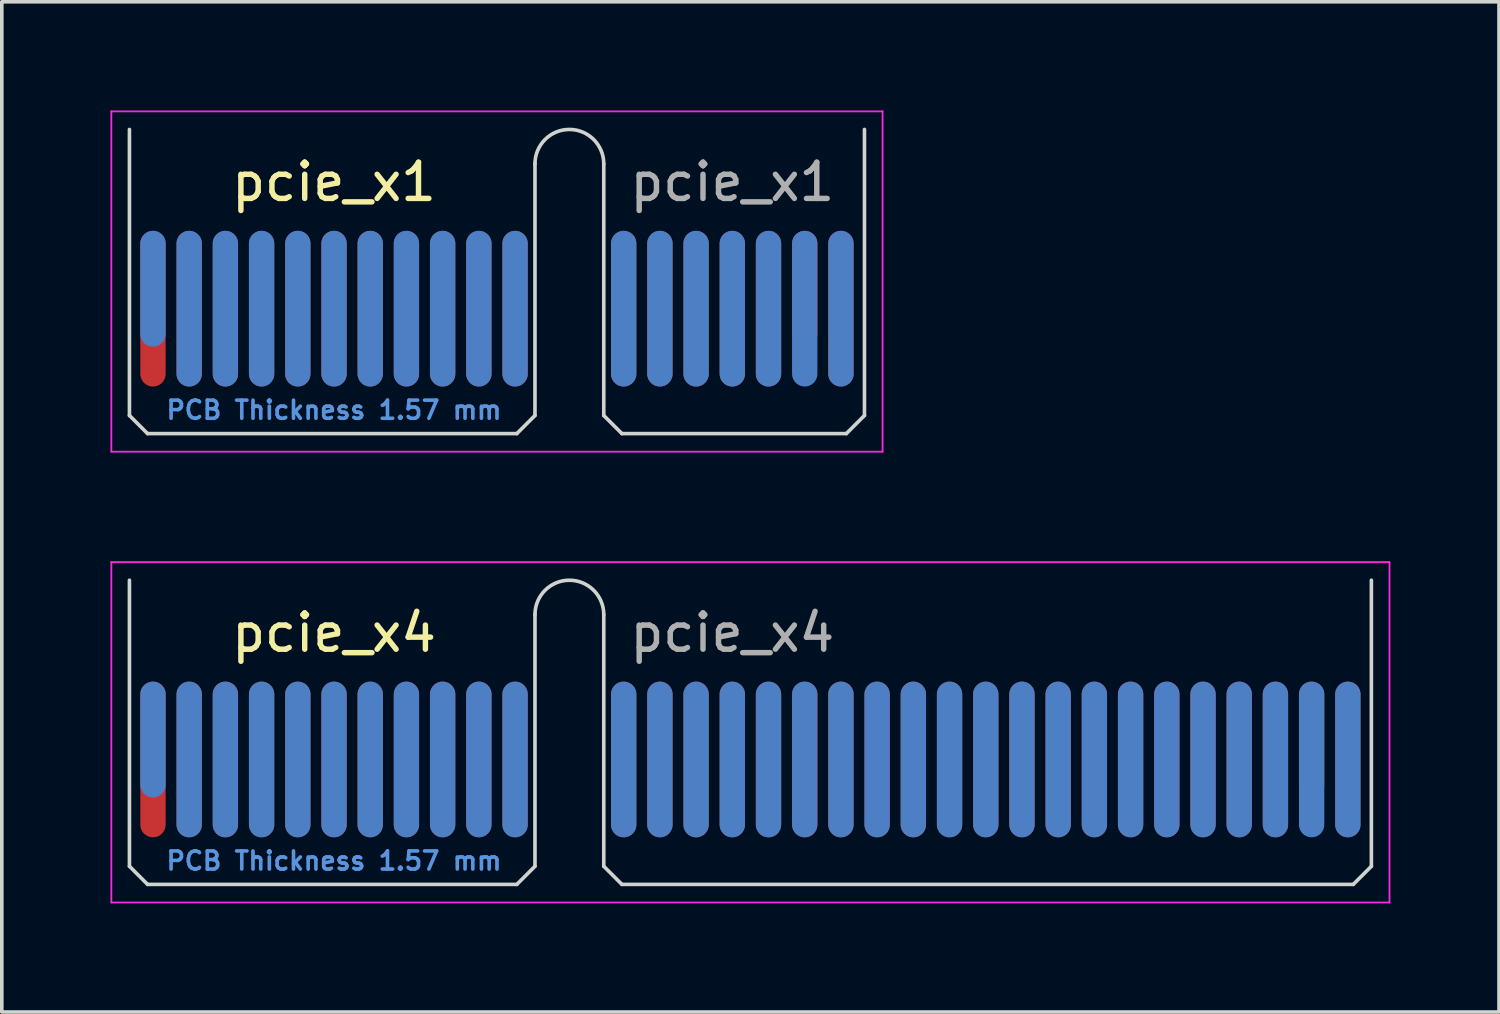
<source format=kicad_pcb>
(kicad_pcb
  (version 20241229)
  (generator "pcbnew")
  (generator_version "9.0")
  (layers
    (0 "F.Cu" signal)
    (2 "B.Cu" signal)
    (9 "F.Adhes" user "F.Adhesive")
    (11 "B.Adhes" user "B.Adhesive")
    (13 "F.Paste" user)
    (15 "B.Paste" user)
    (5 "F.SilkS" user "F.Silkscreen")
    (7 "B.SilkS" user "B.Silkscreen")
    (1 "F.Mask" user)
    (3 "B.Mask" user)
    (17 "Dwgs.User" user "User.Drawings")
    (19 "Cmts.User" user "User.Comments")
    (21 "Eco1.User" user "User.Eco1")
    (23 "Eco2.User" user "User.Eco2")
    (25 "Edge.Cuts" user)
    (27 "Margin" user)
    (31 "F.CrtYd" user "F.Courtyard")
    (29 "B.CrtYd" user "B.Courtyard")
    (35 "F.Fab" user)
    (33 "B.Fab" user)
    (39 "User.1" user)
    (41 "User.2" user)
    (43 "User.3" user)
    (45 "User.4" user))
  (footprint "pcie_x1"
    (layer "F.Cu")
    (at 1.175 5.475)
    (property "Reference" "pcie_x1" (at 5 -3.5 0) (layer "F.SilkS") (effects (font (size 1 1) (thickness 0.15))))
    (attr exclude_from_pos_files exclude_from_bom)
    (fp_line (start -0.65 -4.95) (end -0.65 2.95) (stroke (width 0.1) (type solid)) (layer "Edge.Cuts"))
    (fp_line (start -0.65 2.95) (end -0.15 3.45) (stroke (width 0.1) (type solid)) (layer "Edge.Cuts"))
    (fp_line (start -0.15 3.45) (end 10.05 3.45) (stroke (width 0.1) (type solid)) (layer "Edge.Cuts"))
    (fp_line (start 10.55 -4) (end 10.55 2.95) (stroke (width 0.1) (type solid)) (layer "Edge.Cuts"))
    (fp_line (start 10.55 2.95) (end 10.05 3.45) (stroke (width 0.1) (type solid)) (layer "Edge.Cuts"))
    (fp_line (start 12.45 -4) (end 12.45 2.95) (stroke (width 0.1) (type solid)) (layer "Edge.Cuts"))
    (fp_line (start 12.45 2.95) (end 12.95 3.45) (stroke (width 0.1) (type solid)) (layer "Edge.Cuts"))
    (fp_line (start 12.95 3.45) (end 19.15 3.45) (stroke (width 0.1) (type solid)) (layer "Edge.Cuts"))
    (fp_line (start 19.65 -4.95) (end 19.65 2.95) (stroke (width 0.1) (type solid)) (layer "Edge.Cuts"))
    (fp_line (start 19.65 2.95) (end 19.15 3.45) (stroke (width 0.1) (type solid)) (layer "Edge.Cuts"))
    (fp_arc (start 10.55 -4) (mid 11.5 -4.95) (end 12.45 -4) (stroke (width 0.1) (type solid)) (layer "Edge.Cuts"))
    (fp_line (start -1.15 -5.45) (end -1.15 3.95) (stroke (width 0.05) (type solid)) (layer "F.CrtYd"))
    (fp_line (start -1.15 -5.45) (end 20.15 -5.45) (stroke (width 0.05) (type solid)) (layer "F.CrtYd"))
    (fp_line (start 20.15 3.95) (end -1.15 3.95) (stroke (width 0.05) (type solid)) (layer "F.CrtYd"))
    (fp_line (start 20.15 3.95) (end 20.15 -5.45) (stroke (width 0.05) (type solid)) (layer "F.CrtYd"))
    (fp_text user "PCB Thickness 1.57 mm" (at 5 2.8 180) (layer "Cmts.User") (effects (font (size 0.5 0.5) (thickness 0.1))))
    (fp_text user "${REFERENCE}" (at 16 -3.5 0) (layer "F.Fab") (effects (font (size 1 1) (thickness 0.15))))
    (pad "A1" connect oval (at 0 -0.55) (size 0.7 3.2) (layers "B.Cu" "B.Mask"))
    (pad "A2" connect oval (at 1 0) (size 0.7 4.3) (layers "B.Cu" "B.Mask"))
    (pad "A3" connect oval (at 2 0) (size 0.7 4.3) (layers "B.Cu" "B.Mask"))
    (pad "A4" connect oval (at 3 0) (size 0.7 4.3) (layers "B.Cu" "B.Mask"))
    (pad "A5" connect oval (at 4 0) (size 0.7 4.3) (layers "B.Cu" "B.Mask"))
    (pad "A6" connect oval (at 5 0) (size 0.7 4.3) (layers "B.Cu" "B.Mask"))
    (pad "A7" connect oval (at 6 0) (size 0.7 4.3) (layers "B.Cu" "B.Mask"))
    (pad "A8" connect oval (at 7 0) (size 0.7 4.3) (layers "B.Cu" "B.Mask"))
    (pad "A9" connect oval (at 8 0) (size 0.7 4.3) (layers "B.Cu" "B.Mask"))
    (pad "A10" connect oval (at 9 0) (size 0.7 4.3) (layers "B.Cu" "B.Mask"))
    (pad "A11" connect oval (at 10 0) (size 0.7 4.3) (layers "B.Cu" "B.Mask"))
    (pad "A12" connect oval (at 13 0) (size 0.7 4.3) (layers "B.Cu" "B.Mask"))
    (pad "A13" connect oval (at 14 0) (size 0.7 4.3) (layers "B.Cu" "B.Mask"))
    (pad "A14" connect oval (at 15 0) (size 0.7 4.3) (layers "B.Cu" "B.Mask"))
    (pad "A15" connect oval (at 16 0) (size 0.7 4.3) (layers "B.Cu" "B.Mask"))
    (pad "A16" connect oval (at 17 0) (size 0.7 4.3) (layers "B.Cu" "B.Mask"))
    (pad "A17" connect oval (at 18 0) (size 0.7 4.3) (layers "B.Cu" "B.Mask"))
    (pad "A18" connect oval (at 19 0) (size 0.7 4.3) (layers "B.Cu" "B.Mask"))
    (pad "B1" connect oval (at 0 0) (size 0.7 4.3) (layers "F.Cu" "F.Mask"))
    (pad "B2" connect oval (at 1 0) (size 0.7 4.3) (layers "F.Cu" "F.Mask"))
    (pad "B3" connect oval (at 2 0) (size 0.7 4.3) (layers "F.Cu" "F.Mask"))
    (pad "B4" connect oval (at 3 0) (size 0.7 4.3) (layers "F.Cu" "F.Mask"))
    (pad "B5" connect oval (at 4 0) (size 0.7 4.3) (layers "F.Cu" "F.Mask"))
    (pad "B6" connect oval (at 5 0) (size 0.7 4.3) (layers "F.Cu" "F.Mask"))
    (pad "B7" connect oval (at 6 0) (size 0.7 4.3) (layers "F.Cu" "F.Mask"))
    (pad "B8" connect oval (at 7 0) (size 0.7 4.3) (layers "F.Cu" "F.Mask"))
    (pad "B9" connect oval (at 8 0) (size 0.7 4.3) (layers "F.Cu" "F.Mask"))
    (pad "B10" connect oval (at 9 0) (size 0.7 4.3) (layers "F.Cu" "F.Mask"))
    (pad "B11" connect oval (at 10 0) (size 0.7 4.3) (layers "F.Cu" "F.Mask"))
    (pad "B12" connect oval (at 13 0) (size 0.7 4.3) (layers "F.Cu" "F.Mask"))
    (pad "B13" connect oval (at 14 0) (size 0.7 4.3) (layers "F.Cu" "F.Mask"))
    (pad "B14" connect oval (at 15 0) (size 0.7 4.3) (layers "F.Cu" "F.Mask"))
    (pad "B15" connect oval (at 16 0) (size 0.7 4.3) (layers "F.Cu" "F.Mask"))
    (pad "B16" connect oval (at 17 0) (size 0.7 4.3) (layers "F.Cu" "F.Mask"))
    (pad "B17" connect oval (at 18 -0.55) (size 0.7 3.2) (layers "F.Cu" "F.Mask"))
    (pad "B18" connect oval (at 19 0) (size 0.7 4.3) (layers "F.Cu" "F.Mask")))
  (footprint "pcie_x4"
    (layer "F.Cu")
    (at 1.175 17.925)
    (property "Reference" "pcie_x4" (at 5 -3.5 0) (layer "F.SilkS") (effects (font (size 1 1) (thickness 0.15))))
    (attr exclude_from_pos_files exclude_from_bom)
    (fp_line (start -0.65 -4.95) (end -0.65 2.95) (stroke (width 0.1) (type solid)) (layer "Edge.Cuts"))
    (fp_line (start -0.65 2.95) (end -0.15 3.45) (stroke (width 0.1) (type solid)) (layer "Edge.Cuts"))
    (fp_line (start -0.15 3.45) (end 10.05 3.45) (stroke (width 0.1) (type solid)) (layer "Edge.Cuts"))
    (fp_line (start 10.55 -4) (end 10.55 2.95) (stroke (width 0.1) (type solid)) (layer "Edge.Cuts"))
    (fp_line (start 10.55 2.95) (end 10.05 3.45) (stroke (width 0.1) (type solid)) (layer "Edge.Cuts"))
    (fp_line (start 12.45 -4) (end 12.45 2.95) (stroke (width 0.1) (type solid)) (layer "Edge.Cuts"))
    (fp_line (start 12.45 2.95) (end 12.95 3.45) (stroke (width 0.1) (type solid)) (layer "Edge.Cuts"))
    (fp_line (start 12.95 3.45) (end 33.15 3.45) (stroke (width 0.1) (type solid)) (layer "Edge.Cuts"))
    (fp_line (start 33.65 -4.95) (end 33.65 2.95) (stroke (width 0.1) (type solid)) (layer "Edge.Cuts"))
    (fp_line (start 33.65 2.95) (end 33.15 3.45) (stroke (width 0.1) (type solid)) (layer "Edge.Cuts"))
    (fp_arc (start 10.55 -4) (mid 11.5 -4.95) (end 12.45 -4) (stroke (width 0.1) (type solid)) (layer "Edge.Cuts"))
    (fp_line (start -1.15 -5.45) (end -1.15 3.95) (stroke (width 0.05) (type solid)) (layer "F.CrtYd"))
    (fp_line (start -1.15 -5.45) (end 34.15 -5.45) (stroke (width 0.05) (type solid)) (layer "F.CrtYd"))
    (fp_line (start 34.15 3.95) (end -1.15 3.95) (stroke (width 0.05) (type solid)) (layer "F.CrtYd"))
    (fp_line (start 34.15 3.95) (end 34.15 -5.45) (stroke (width 0.05) (type solid)) (layer "F.CrtYd"))
    (fp_text user "PCB Thickness 1.57 mm" (at 5 2.8 180) (layer "Cmts.User") (effects (font (size 0.5 0.5) (thickness 0.1))))
    (fp_text user "${REFERENCE}" (at 16 -3.5 0) (layer "F.Fab") (effects (font (size 1 1) (thickness 0.15))))
    (pad "A1" connect oval (at 0 -0.55) (size 0.7 3.2) (layers "B.Cu" "B.Mask"))
    (pad "A2" connect oval (at 1 0) (size 0.7 4.3) (layers "B.Cu" "B.Mask"))
    (pad "A3" connect oval (at 2 0) (size 0.7 4.3) (layers "B.Cu" "B.Mask"))
    (pad "A4" connect oval (at 3 0) (size 0.7 4.3) (layers "B.Cu" "B.Mask"))
    (pad "A5" connect oval (at 4 0) (size 0.7 4.3) (layers "B.Cu" "B.Mask"))
    (pad "A6" connect oval (at 5 0) (size 0.7 4.3) (layers "B.Cu" "B.Mask"))
    (pad "A7" connect oval (at 6 0) (size 0.7 4.3) (layers "B.Cu" "B.Mask"))
    (pad "A8" connect oval (at 7 0) (size 0.7 4.3) (layers "B.Cu" "B.Mask"))
    (pad "A9" connect oval (at 8 0) (size 0.7 4.3) (layers "B.Cu" "B.Mask"))
    (pad "A10" connect oval (at 9 0) (size 0.7 4.3) (layers "B.Cu" "B.Mask"))
    (pad "A11" connect oval (at 10 0) (size 0.7 4.3) (layers "B.Cu" "B.Mask"))
    (pad "A12" connect oval (at 13 0) (size 0.7 4.3) (layers "B.Cu" "B.Mask"))
    (pad "A13" connect oval (at 14 0) (size 0.7 4.3) (layers "B.Cu" "B.Mask"))
    (pad "A14" connect oval (at 15 0) (size 0.7 4.3) (layers "B.Cu" "B.Mask"))
    (pad "A15" connect oval (at 16 0) (size 0.7 4.3) (layers "B.Cu" "B.Mask"))
    (pad "A16" connect oval (at 17 0) (size 0.7 4.3) (layers "B.Cu" "B.Mask"))
    (pad "A17" connect oval (at 18 0) (size 0.7 4.3) (layers "B.Cu" "B.Mask"))
    (pad "A18" connect oval (at 19 0) (size 0.7 4.3) (layers "B.Cu" "B.Mask"))
    (pad "A19" connect oval (at 20 0) (size 0.7 4.3) (layers "B.Cu" "B.Mask"))
    (pad "A20" connect oval (at 21 0) (size 0.7 4.3) (layers "B.Cu" "B.Mask"))
    (pad "A21" connect oval (at 22 0) (size 0.7 4.3) (layers "B.Cu" "B.Mask"))
    (pad "A22" connect oval (at 23 0) (size 0.7 4.3) (layers "B.Cu" "B.Mask"))
    (pad "A23" connect oval (at 24 0) (size 0.7 4.3) (layers "B.Cu" "B.Mask"))
    (pad "A24" connect oval (at 25 0) (size 0.7 4.3) (layers "B.Cu" "B.Mask"))
    (pad "A25" connect oval (at 26 0) (size 0.7 4.3) (layers "B.Cu" "B.Mask"))
    (pad "A26" connect oval (at 27 0) (size 0.7 4.3) (layers "B.Cu" "B.Mask"))
    (pad "A27" connect oval (at 28 0) (size 0.7 4.3) (layers "B.Cu" "B.Mask"))
    (pad "A28" connect oval (at 29 0) (size 0.7 4.3) (layers "B.Cu" "B.Mask"))
    (pad "A29" connect oval (at 30 0) (size 0.7 4.3) (layers "B.Cu" "B.Mask"))
    (pad "A30" connect oval (at 31 0) (size 0.7 4.3) (layers "B.Cu" "B.Mask"))
    (pad "A31" connect oval (at 32 0) (size 0.7 4.3) (layers "B.Cu" "B.Mask"))
    (pad "A32" connect oval (at 33 0) (size 0.7 4.3) (layers "B.Cu" "B.Mask"))
    (pad "B1" connect oval (at 0 0) (size 0.7 4.3) (layers "F.Cu" "F.Mask"))
    (pad "B2" connect oval (at 1 0) (size 0.7 4.3) (layers "F.Cu" "F.Mask"))
    (pad "B3" connect oval (at 2 0) (size 0.7 4.3) (layers "F.Cu" "F.Mask"))
    (pad "B4" connect oval (at 3 0) (size 0.7 4.3) (layers "F.Cu" "F.Mask"))
    (pad "B5" connect oval (at 4 0) (size 0.7 4.3) (layers "F.Cu" "F.Mask"))
    (pad "B6" connect oval (at 5 0) (size 0.7 4.3) (layers "F.Cu" "F.Mask"))
    (pad "B7" connect oval (at 6 0) (size 0.7 4.3) (layers "F.Cu" "F.Mask"))
    (pad "B8" connect oval (at 7 0) (size 0.7 4.3) (layers "F.Cu" "F.Mask"))
    (pad "B9" connect oval (at 8 0) (size 0.7 4.3) (layers "F.Cu" "F.Mask"))
    (pad "B10" connect oval (at 9 0) (size 0.7 4.3) (layers "F.Cu" "F.Mask"))
    (pad "B11" connect oval (at 10 0) (size 0.7 4.3) (layers "F.Cu" "F.Mask"))
    (pad "B12" connect oval (at 13 0) (size 0.7 4.3) (layers "F.Cu" "F.Mask"))
    (pad "B13" connect oval (at 14 0) (size 0.7 4.3) (layers "F.Cu" "F.Mask"))
    (pad "B14" connect oval (at 15 0) (size 0.7 4.3) (layers "F.Cu" "F.Mask"))
    (pad "B15" connect oval (at 16 0) (size 0.7 4.3) (layers "F.Cu" "F.Mask"))
    (pad "B16" connect oval (at 17 0) (size 0.7 4.3) (layers "F.Cu" "F.Mask"))
    (pad "B17" connect oval (at 18 0) (size 0.7 4.3) (layers "F.Cu" "F.Mask"))
    (pad "B18" connect oval (at 19 0) (size 0.7 4.3) (layers "F.Cu" "F.Mask"))
    (pad "B19" connect oval (at 20 0) (size 0.7 4.3) (layers "F.Cu" "F.Mask"))
    (pad "B20" connect oval (at 21 0) (size 0.7 4.3) (layers "F.Cu" "F.Mask"))
    (pad "B21" connect oval (at 22 0) (size 0.7 4.3) (layers "F.Cu" "F.Mask"))
    (pad "B22" connect oval (at 23 0) (size 0.7 4.3) (layers "F.Cu" "F.Mask"))
    (pad "B23" connect oval (at 24 0) (size 0.7 4.3) (layers "F.Cu" "F.Mask"))
    (pad "B24" connect oval (at 25 0) (size 0.7 4.3) (layers "F.Cu" "F.Mask"))
    (pad "B25" connect oval (at 26 0) (size 0.7 4.3) (layers "F.Cu" "F.Mask"))
    (pad "B26" connect oval (at 27 0) (size 0.7 4.3) (layers "F.Cu" "F.Mask"))
    (pad "B27" connect oval (at 28 0) (size 0.7 4.3) (layers "F.Cu" "F.Mask"))
    (pad "B28" connect oval (at 29 0) (size 0.7 4.3) (layers "F.Cu" "F.Mask"))
    (pad "B29" connect oval (at 30 0) (size 0.7 4.3) (layers "F.Cu" "F.Mask"))
    (pad "B30" connect oval (at 31 0) (size 0.7 4.3) (layers "F.Cu" "F.Mask"))
    (pad "B31" connect oval (at 32 -0.55) (size 0.7 3.2) (layers "F.Cu" "F.Mask"))
    (pad "B32" connect oval (at 33 0) (size 0.7 4.3) (layers "F.Cu" "F.Mask")))
  (gr_rect
    (start -3 -3)
    (end 38.35 24.9)
    (stroke (width 0.1) (type default))
    (fill no)
    (layer "Edge.Cuts")))
</source>
